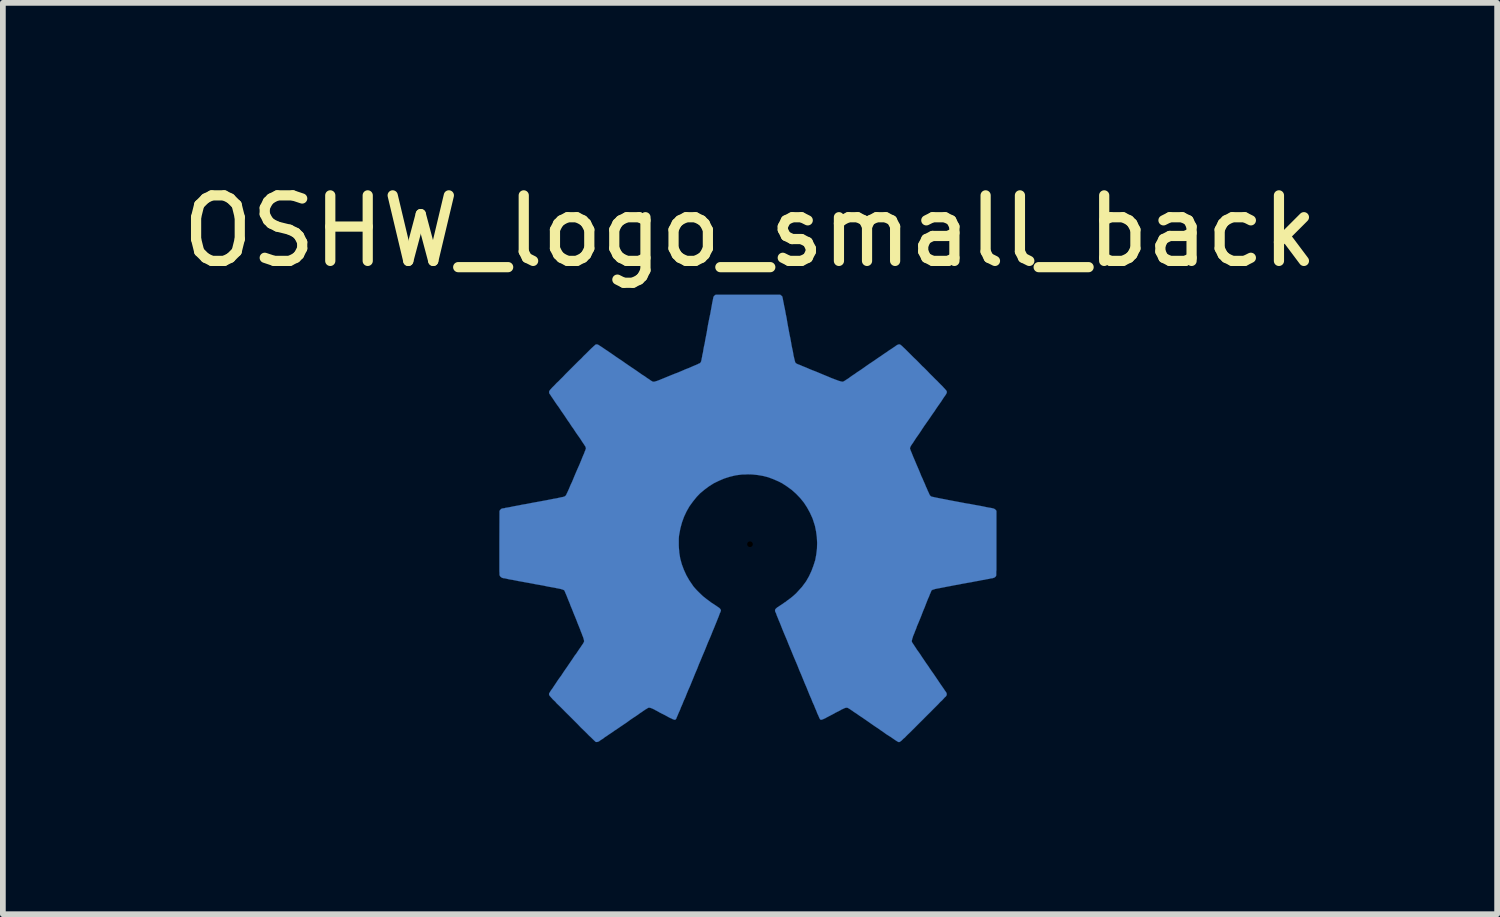
<source format=kicad_pcb>
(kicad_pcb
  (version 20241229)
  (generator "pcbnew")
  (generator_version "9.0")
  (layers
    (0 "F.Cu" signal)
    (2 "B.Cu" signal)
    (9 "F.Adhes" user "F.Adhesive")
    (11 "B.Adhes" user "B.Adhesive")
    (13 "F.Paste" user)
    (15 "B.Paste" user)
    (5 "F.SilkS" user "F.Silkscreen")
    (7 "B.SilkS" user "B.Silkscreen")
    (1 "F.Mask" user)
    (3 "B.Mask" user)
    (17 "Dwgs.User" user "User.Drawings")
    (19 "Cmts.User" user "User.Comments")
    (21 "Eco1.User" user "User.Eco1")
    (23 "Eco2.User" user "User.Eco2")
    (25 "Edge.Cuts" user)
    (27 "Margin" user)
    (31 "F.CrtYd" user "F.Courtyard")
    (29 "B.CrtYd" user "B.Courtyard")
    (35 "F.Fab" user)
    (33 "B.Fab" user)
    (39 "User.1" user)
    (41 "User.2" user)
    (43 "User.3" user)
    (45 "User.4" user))
  (footprint "OSHW_logo_small_back"
    (layer "F.Cu")
    (at 10.031 6.061)
    (property "Reference" "OSHW_logo_small_back" (at 0 -5.08 0) (layer "F.SilkS") (effects (font (size 1.143 1.143) (thickness 0.178))))
    (attr through_hole)
    (fp_poly (pts (xy 4.298 -0.201) (xy 4.298 0.358) (xy 4.298 0.445) (xy 4.298 0.523) (xy 4.298 0.592) (xy 4.298 0.653) (xy 4.298 0.706) (xy 4.298 0.754) (xy 4.298 0.795) (xy 4.298 0.831) (xy 4.295 0.859) (xy 4.295 0.881) (xy 4.295 0.899) (xy 4.295 0.914) (xy 4.293 0.925) (xy 4.293 0.93) (xy 4.293 0.932) (xy 4.28 0.95) (xy 4.262 0.963) (xy 4.242 0.97) (xy 4.234 0.973) (xy 4.219 0.975) (xy 4.196 0.978) (xy 4.166 0.986) (xy 4.13 0.991) (xy 4.087 1.001) (xy 4.039 1.008) (xy 3.988 1.019) (xy 3.929 1.029) (xy 3.871 1.041) (xy 3.807 1.052) (xy 3.741 1.064) (xy 3.711 1.069) (xy 3.632 1.085) (xy 3.561 1.097) (xy 3.498 1.11) (xy 3.442 1.12) (xy 3.393 1.13) (xy 3.35 1.138) (xy 3.312 1.146) (xy 3.282 1.151) (xy 3.256 1.156) (xy 3.233 1.161) (xy 3.216 1.166) (xy 3.203 1.171) (xy 3.19 1.173) (xy 3.183 1.176) (xy 3.178 1.181) (xy 3.172 1.184) (xy 3.167 1.186) (xy 3.165 1.191) (xy 3.162 1.194) (xy 3.162 1.196) (xy 3.16 1.201) (xy 3.155 1.214) (xy 3.145 1.237) (xy 3.134 1.262) (xy 3.122 1.295) (xy 3.104 1.333) (xy 3.086 1.379) (xy 3.068 1.425) (xy 3.048 1.478) (xy 3.025 1.532) (xy 3.002 1.59) (xy 2.99 1.623) (xy 2.962 1.692) (xy 2.936 1.755) (xy 2.913 1.808) (xy 2.896 1.857) (xy 2.878 1.9) (xy 2.865 1.935) (xy 2.852 1.966) (xy 2.842 1.991) (xy 2.837 2.012) (xy 2.83 2.029) (xy 2.827 2.045) (xy 2.824 2.055) (xy 2.822 2.065) (xy 2.822 2.073) (xy 2.822 2.078) (xy 2.824 2.083) (xy 2.827 2.088) (xy 2.827 2.093) (xy 2.83 2.098) (xy 2.84 2.111) (xy 2.852 2.129) (xy 2.868 2.154) (xy 2.888 2.184) (xy 2.911 2.22) (xy 2.939 2.258) (xy 2.969 2.301) (xy 3 2.349) (xy 3.035 2.4) (xy 3.071 2.454) (xy 3.109 2.507) (xy 3.127 2.535) (xy 3.165 2.591) (xy 3.203 2.644) (xy 3.239 2.697) (xy 3.272 2.746) (xy 3.302 2.791) (xy 3.33 2.832) (xy 3.355 2.868) (xy 3.378 2.901) (xy 3.396 2.929) (xy 3.411 2.949) (xy 3.421 2.964) (xy 3.426 2.972) (xy 3.426 2.974) (xy 3.432 2.992) (xy 3.429 3.012) (xy 3.426 3.02) (xy 3.424 3.025) (xy 3.414 3.038) (xy 3.396 3.053) (xy 3.376 3.076) (xy 3.35 3.104) (xy 3.317 3.134) (xy 3.282 3.172) (xy 3.241 3.213) (xy 3.198 3.256) (xy 3.15 3.305) (xy 3.099 3.355) (xy 3.045 3.409) (xy 3.023 3.432) (xy 2.964 3.49) (xy 2.911 3.543) (xy 2.863 3.592) (xy 2.822 3.632) (xy 2.784 3.67) (xy 2.751 3.701) (xy 2.723 3.729) (xy 2.7 3.754) (xy 2.677 3.772) (xy 2.659 3.79) (xy 2.647 3.802) (xy 2.634 3.813) (xy 2.624 3.82) (xy 2.616 3.825) (xy 2.609 3.83) (xy 2.603 3.83) (xy 2.598 3.833) (xy 2.593 3.83) (xy 2.588 3.83) (xy 2.586 3.828) (xy 2.583 3.828) (xy 2.578 3.825) (xy 2.565 3.818) (xy 2.545 3.805) (xy 2.522 3.79) (xy 2.492 3.769) (xy 2.456 3.744) (xy 2.416 3.719) (xy 2.372 3.691) (xy 2.327 3.658) (xy 2.278 3.625) (xy 2.228 3.589) (xy 2.189 3.564) (xy 2.118 3.515) (xy 2.057 3.472) (xy 2.002 3.434) (xy 1.951 3.399) (xy 1.908 3.371) (xy 1.869 3.343) (xy 1.834 3.32) (xy 1.806 3.302) (xy 1.783 3.284) (xy 1.763 3.272) (xy 1.745 3.259) (xy 1.732 3.251) (xy 1.72 3.244) (xy 1.712 3.239) (xy 1.704 3.236) (xy 1.699 3.233) (xy 1.697 3.233) (xy 1.694 3.233) (xy 1.692 3.233) (xy 1.687 3.233) (xy 1.684 3.233) (xy 1.681 3.233) (xy 1.676 3.233) (xy 1.669 3.233) (xy 1.664 3.236) (xy 1.654 3.239) (xy 1.646 3.241) (xy 1.631 3.249) (xy 1.615 3.256) (xy 1.593 3.266) (xy 1.567 3.282) (xy 1.537 3.297) (xy 1.496 3.317) (xy 1.46 3.338) (xy 1.412 3.363) (xy 1.374 3.383) (xy 1.339 3.401) (xy 1.313 3.416) (xy 1.29 3.426) (xy 1.273 3.434) (xy 1.257 3.439) (xy 1.247 3.442) (xy 1.24 3.442) (xy 1.232 3.442) (xy 1.227 3.437) (xy 1.222 3.434) (xy 1.219 3.429) (xy 1.217 3.424) (xy 1.209 3.411) (xy 1.201 3.391) (xy 1.189 3.363) (xy 1.173 3.33) (xy 1.158 3.289) (xy 1.138 3.244) (xy 1.118 3.193) (xy 1.092 3.137) (xy 1.069 3.078) (xy 1.041 3.015) (xy 1.013 2.946) (xy 0.986 2.878) (xy 0.955 2.807) (xy 0.925 2.733) (xy 0.894 2.657) (xy 0.861 2.581) (xy 0.831 2.504) (xy 0.798 2.426) (xy 0.765 2.349) (xy 0.734 2.273) (xy 0.704 2.2) (xy 0.673 2.126) (xy 0.645 2.055) (xy 0.617 1.989) (xy 0.589 1.923) (xy 0.564 1.862) (xy 0.541 1.803) (xy 0.521 1.753) (xy 0.5 1.704) (xy 0.483 1.661) (xy 0.467 1.623) (xy 0.457 1.593) (xy 0.447 1.57) (xy 0.439 1.554) (xy 0.437 1.544) (xy 0.437 1.532) (xy 0.439 1.521) (xy 0.447 1.509) (xy 0.457 1.499) (xy 0.475 1.483) (xy 0.5 1.468) (xy 0.521 1.453) (xy 0.544 1.438) (xy 0.569 1.422) (xy 0.589 1.407) (xy 0.607 1.394) (xy 0.615 1.392) (xy 0.63 1.379) (xy 0.648 1.364) (xy 0.671 1.349) (xy 0.693 1.331) (xy 0.699 1.328) (xy 0.752 1.285) (xy 0.805 1.237) (xy 0.856 1.181) (xy 0.907 1.125) (xy 0.95 1.067) (xy 0.978 1.029) (xy 1.029 0.94) (xy 1.072 0.848) (xy 1.107 0.754) (xy 1.138 0.658) (xy 1.156 0.559) (xy 1.168 0.46) (xy 1.171 0.358) (xy 1.166 0.259) (xy 1.153 0.16) (xy 1.133 0.061) (xy 1.102 -0.036) (xy 1.09 -0.071) (xy 1.046 -0.168) (xy 0.996 -0.259) (xy 0.94 -0.345) (xy 0.876 -0.424) (xy 0.805 -0.498) (xy 0.729 -0.566) (xy 0.645 -0.627) (xy 0.559 -0.683) (xy 0.498 -0.714) (xy 0.406 -0.754) (xy 0.318 -0.787) (xy 0.229 -0.81) (xy 0.135 -0.826) (xy 0.041 -0.836) (xy -0.036 -0.838) (xy -0.081 -0.836) (xy -0.122 -0.836) (xy -0.157 -0.833) (xy -0.193 -0.828) (xy -0.234 -0.823) (xy -0.262 -0.818) (xy -0.356 -0.795) (xy -0.45 -0.765) (xy -0.541 -0.726) (xy -0.63 -0.683) (xy -0.714 -0.63) (xy -0.792 -0.572) (xy -0.869 -0.508) (xy -0.93 -0.445) (xy -0.996 -0.363) (xy -1.057 -0.279) (xy -1.107 -0.191) (xy -1.151 -0.097) (xy -1.186 0) (xy -1.214 0.102) (xy -1.234 0.208) (xy -1.237 0.224) (xy -1.24 0.251) (xy -1.242 0.284) (xy -1.242 0.323) (xy -1.242 0.363) (xy -1.242 0.406) (xy -1.24 0.447) (xy -1.237 0.483) (xy -1.234 0.516) (xy -1.234 0.526) (xy -1.217 0.63) (xy -1.189 0.732) (xy -1.153 0.828) (xy -1.11 0.922) (xy -1.059 1.011) (xy -0.998 1.1) (xy -0.988 1.115) (xy -0.96 1.148) (xy -0.927 1.184) (xy -0.892 1.219) (xy -0.853 1.257) (xy -0.818 1.29) (xy -0.782 1.318) (xy -0.77 1.328) (xy -0.749 1.344) (xy -0.726 1.361) (xy -0.704 1.377) (xy -0.688 1.389) (xy -0.686 1.392) (xy -0.671 1.402) (xy -0.65 1.415) (xy -0.627 1.43) (xy -0.605 1.445) (xy -0.592 1.453) (xy -0.564 1.473) (xy -0.541 1.488) (xy -0.526 1.501) (xy -0.516 1.514) (xy -0.511 1.524) (xy -0.508 1.534) (xy -0.508 1.544) (xy -0.511 1.549) (xy -0.516 1.565) (xy -0.526 1.585) (xy -0.536 1.613) (xy -0.549 1.648) (xy -0.566 1.689) (xy -0.584 1.735) (xy -0.605 1.786) (xy -0.627 1.841) (xy -0.653 1.902) (xy -0.678 1.966) (xy -0.706 2.032) (xy -0.737 2.103) (xy -0.765 2.174) (xy -0.795 2.248) (xy -0.828 2.324) (xy -0.859 2.4) (xy -0.892 2.477) (xy -0.922 2.555) (xy -0.955 2.631) (xy -0.986 2.708) (xy -1.016 2.781) (xy -1.046 2.855) (xy -1.077 2.924) (xy -1.105 2.992) (xy -1.13 3.056) (xy -1.158 3.117) (xy -1.181 3.175) (xy -1.204 3.226) (xy -1.222 3.274) (xy -1.242 3.317) (xy -1.257 3.353) (xy -1.27 3.383) (xy -1.28 3.406) (xy -1.285 3.421) (xy -1.29 3.429) (xy -1.295 3.434) (xy -1.3 3.439) (xy -1.306 3.442) (xy -1.313 3.442) (xy -1.323 3.442) (xy -1.333 3.437) (xy -1.349 3.432) (xy -1.369 3.421) (xy -1.394 3.411) (xy -1.422 3.396) (xy -1.458 3.376) (xy -1.501 3.353) (xy -1.532 3.338) (xy -1.577 3.315) (xy -1.613 3.294) (xy -1.646 3.277) (xy -1.669 3.264) (xy -1.689 3.254) (xy -1.707 3.246) (xy -1.72 3.241) (xy -1.727 3.239) (xy -1.735 3.236) (xy -1.742 3.233) (xy -1.748 3.233) (xy -1.753 3.233) (xy -1.758 3.233) (xy -1.76 3.233) (xy -1.763 3.233) (xy -1.765 3.233) (xy -1.768 3.233) (xy -1.773 3.233) (xy -1.778 3.236) (xy -1.786 3.241) (xy -1.796 3.246) (xy -1.806 3.254) (xy -1.821 3.261) (xy -1.839 3.274) (xy -1.862 3.289) (xy -1.887 3.307) (xy -1.918 3.327) (xy -1.953 3.353) (xy -1.994 3.381) (xy -2.04 3.411) (xy -2.093 3.447) (xy -2.151 3.49) (xy -2.215 3.533) (xy -2.268 3.569) (xy -2.319 3.604) (xy -2.37 3.637) (xy -2.416 3.67) (xy -2.459 3.698) (xy -2.499 3.726) (xy -2.535 3.749) (xy -2.563 3.772) (xy -2.588 3.787) (xy -2.609 3.8) (xy -2.619 3.807) (xy -2.624 3.813) (xy -2.647 3.825) (xy -2.667 3.83) (xy -2.687 3.83) (xy -2.692 3.828) (xy -2.703 3.818) (xy -2.72 3.802) (xy -2.743 3.78) (xy -2.771 3.752) (xy -2.807 3.719) (xy -2.847 3.678) (xy -2.896 3.63) (xy -2.949 3.579) (xy -3.007 3.518) (xy -3.073 3.452) (xy -3.099 3.426) (xy -3.157 3.368) (xy -3.211 3.315) (xy -3.259 3.266) (xy -3.299 3.226) (xy -3.338 3.188) (xy -3.371 3.157) (xy -3.396 3.127) (xy -3.421 3.104) (xy -3.442 3.084) (xy -3.457 3.066) (xy -3.47 3.053) (xy -3.48 3.04) (xy -3.49 3.03) (xy -3.495 3.023) (xy -3.498 3.018) (xy -3.5 3.015) (xy -3.503 3.01) (xy -3.505 2.995) (xy -3.503 2.982) (xy -3.503 2.979) (xy -3.498 2.974) (xy -3.49 2.962) (xy -3.48 2.944) (xy -3.462 2.918) (xy -3.442 2.891) (xy -3.419 2.855) (xy -3.391 2.814) (xy -3.363 2.771) (xy -3.33 2.723) (xy -3.294 2.675) (xy -3.259 2.621) (xy -3.221 2.565) (xy -3.203 2.54) (xy -3.165 2.484) (xy -3.129 2.431) (xy -3.094 2.38) (xy -3.061 2.329) (xy -3.028 2.286) (xy -3 2.243) (xy -2.974 2.205) (xy -2.951 2.172) (xy -2.934 2.146) (xy -2.918 2.123) (xy -2.908 2.108) (xy -2.903 2.098) (xy -2.901 2.093) (xy -2.898 2.088) (xy -2.896 2.08) (xy -2.893 2.075) (xy -2.893 2.068) (xy -2.896 2.057) (xy -2.898 2.047) (xy -2.901 2.035) (xy -2.906 2.017) (xy -2.913 1.996) (xy -2.924 1.971) (xy -2.934 1.941) (xy -2.949 1.905) (xy -2.964 1.864) (xy -2.982 1.819) (xy -3.005 1.763) (xy -3.028 1.702) (xy -3.056 1.633) (xy -3.061 1.623) (xy -3.084 1.565) (xy -3.106 1.509) (xy -3.129 1.455) (xy -3.147 1.405) (xy -3.167 1.359) (xy -3.183 1.318) (xy -3.198 1.28) (xy -3.211 1.25) (xy -3.221 1.227) (xy -3.228 1.209) (xy -3.233 1.199) (xy -3.233 1.196) (xy -3.236 1.191) (xy -3.239 1.189) (xy -3.241 1.186) (xy -3.246 1.181) (xy -3.251 1.179) (xy -3.259 1.176) (xy -3.269 1.171) (xy -3.282 1.168) (xy -3.297 1.163) (xy -3.317 1.158) (xy -3.343 1.153) (xy -3.371 1.148) (xy -3.406 1.14) (xy -3.447 1.133) (xy -3.493 1.125) (xy -3.546 1.115) (xy -3.604 1.102) (xy -3.673 1.09) (xy -3.749 1.077) (xy -3.785 1.069) (xy -3.851 1.057) (xy -3.914 1.046) (xy -3.978 1.034) (xy -4.036 1.024) (xy -4.089 1.013) (xy -4.14 1.003) (xy -4.186 0.996) (xy -4.224 0.988) (xy -4.257 0.98) (xy -4.282 0.975) (xy -4.303 0.973) (xy -4.313 0.97) (xy -4.315 0.97) (xy -4.336 0.96) (xy -4.354 0.945) (xy -4.366 0.927) (xy -4.366 0.922) (xy -4.369 0.914) (xy -4.369 0.902) (xy -4.369 0.881) (xy -4.371 0.856) (xy -4.371 0.82) (xy -4.371 0.777) (xy -4.371 0.726) (xy -4.371 0.671) (xy -4.371 0.602) (xy -4.371 0.528) (xy -4.371 0.445) (xy -4.371 0.353) (xy -4.371 0.351) (xy -4.369 -0.201) (xy -4.356 -0.218) (xy -4.346 -0.229) (xy -4.336 -0.236) (xy -4.333 -0.239) (xy -4.326 -0.241) (xy -4.313 -0.244) (xy -4.29 -0.246) (xy -4.262 -0.254) (xy -4.227 -0.259) (xy -4.183 -0.267) (xy -4.138 -0.277) (xy -4.084 -0.287) (xy -4.028 -0.297) (xy -3.967 -0.31) (xy -3.904 -0.32) (xy -3.838 -0.333) (xy -3.787 -0.343) (xy -3.703 -0.358) (xy -3.622 -0.373) (xy -3.551 -0.386) (xy -3.485 -0.399) (xy -3.426 -0.411) (xy -3.376 -0.419) (xy -3.332 -0.429) (xy -3.297 -0.437) (xy -3.269 -0.442) (xy -3.251 -0.447) (xy -3.239 -0.45) (xy -3.223 -0.46) (xy -3.211 -0.472) (xy -3.208 -0.475) (xy -3.205 -0.483) (xy -3.198 -0.498) (xy -3.188 -0.518) (xy -3.175 -0.546) (xy -3.16 -0.579) (xy -3.145 -0.615) (xy -3.127 -0.658) (xy -3.106 -0.701) (xy -3.086 -0.749) (xy -3.066 -0.798) (xy -3.045 -0.848) (xy -3.023 -0.899) (xy -3.002 -0.947) (xy -2.979 -0.998) (xy -2.959 -1.046) (xy -2.941 -1.09) (xy -2.924 -1.133) (xy -2.908 -1.171) (xy -2.893 -1.204) (xy -2.883 -1.234) (xy -2.873 -1.255) (xy -2.868 -1.273) (xy -2.863 -1.28) (xy -2.863 -1.298) (xy -2.868 -1.313) (xy -2.868 -1.316) (xy -2.87 -1.321) (xy -2.878 -1.333) (xy -2.891 -1.354) (xy -2.908 -1.379) (xy -2.929 -1.41) (xy -2.951 -1.445) (xy -2.979 -1.486) (xy -3.01 -1.529) (xy -3.043 -1.577) (xy -3.076 -1.628) (xy -3.114 -1.681) (xy -3.152 -1.74) (xy -3.183 -1.783) (xy -3.221 -1.841) (xy -3.259 -1.897) (xy -3.297 -1.951) (xy -3.33 -2.002) (xy -3.363 -2.047) (xy -3.393 -2.09) (xy -3.419 -2.129) (xy -3.442 -2.164) (xy -3.462 -2.192) (xy -3.477 -2.217) (xy -3.49 -2.235) (xy -3.498 -2.245) (xy -3.5 -2.248) (xy -3.503 -2.263) (xy -3.503 -2.281) (xy -3.503 -2.286) (xy -3.5 -2.289) (xy -3.5 -2.291) (xy -3.498 -2.296) (xy -3.493 -2.301) (xy -3.487 -2.309) (xy -3.48 -2.319) (xy -3.47 -2.329) (xy -3.457 -2.344) (xy -3.442 -2.36) (xy -3.421 -2.38) (xy -3.399 -2.403) (xy -3.373 -2.431) (xy -3.34 -2.461) (xy -3.305 -2.497) (xy -3.264 -2.537) (xy -3.218 -2.586) (xy -3.167 -2.637) (xy -3.109 -2.695) (xy -3.101 -2.703) (xy -3.043 -2.761) (xy -2.99 -2.814) (xy -2.941 -2.86) (xy -2.901 -2.903) (xy -2.863 -2.939) (xy -2.83 -2.972) (xy -2.802 -3) (xy -2.779 -3.023) (xy -2.758 -3.043) (xy -2.741 -3.058) (xy -2.728 -3.071) (xy -2.715 -3.081) (xy -2.708 -3.089) (xy -2.7 -3.096) (xy -2.695 -3.099) (xy -2.69 -3.101) (xy -2.687 -3.104) (xy -2.685 -3.104) (xy -2.67 -3.104) (xy -2.654 -3.101) (xy -2.649 -3.099) (xy -2.637 -3.091) (xy -2.616 -3.078) (xy -2.593 -3.063) (xy -2.563 -3.043) (xy -2.527 -3.018) (xy -2.487 -2.992) (xy -2.443 -2.962) (xy -2.395 -2.929) (xy -2.344 -2.893) (xy -2.291 -2.857) (xy -2.233 -2.819) (xy -2.187 -2.786) (xy -2.129 -2.746) (xy -2.073 -2.708) (xy -2.019 -2.672) (xy -1.968 -2.637) (xy -1.92 -2.603) (xy -1.877 -2.573) (xy -1.836 -2.548) (xy -1.801 -2.522) (xy -1.77 -2.502) (xy -1.748 -2.487) (xy -1.73 -2.474) (xy -1.717 -2.466) (xy -1.712 -2.464) (xy -1.707 -2.459) (xy -1.702 -2.456) (xy -1.694 -2.456) (xy -1.689 -2.454) (xy -1.681 -2.454) (xy -1.671 -2.454) (xy -1.659 -2.456) (xy -1.643 -2.461) (xy -1.626 -2.466) (xy -1.603 -2.474) (xy -1.577 -2.484) (xy -1.547 -2.497) (xy -1.509 -2.512) (xy -1.466 -2.53) (xy -1.417 -2.55) (xy -1.361 -2.573) (xy -1.298 -2.598) (xy -1.262 -2.611) (xy -1.189 -2.642) (xy -1.125 -2.67) (xy -1.067 -2.692) (xy -1.019 -2.713) (xy -0.978 -2.731) (xy -0.942 -2.746) (xy -0.914 -2.758) (xy -0.894 -2.769) (xy -0.879 -2.774) (xy -0.871 -2.779) (xy -0.861 -2.791) (xy -0.853 -2.807) (xy -0.851 -2.809) (xy -0.851 -2.817) (xy -0.846 -2.832) (xy -0.843 -2.855) (xy -0.836 -2.885) (xy -0.831 -2.921) (xy -0.82 -2.964) (xy -0.813 -3.012) (xy -0.803 -3.066) (xy -0.79 -3.122) (xy -0.78 -3.183) (xy -0.767 -3.249) (xy -0.754 -3.315) (xy -0.744 -3.378) (xy -0.732 -3.447) (xy -0.719 -3.513) (xy -0.706 -3.576) (xy -0.693 -3.637) (xy -0.683 -3.693) (xy -0.673 -3.747) (xy -0.665 -3.792) (xy -0.658 -3.833) (xy -0.65 -3.868) (xy -0.645 -3.896) (xy -0.64 -3.919) (xy -0.638 -3.932) (xy -0.635 -3.937) (xy -0.627 -3.947) (xy -0.617 -3.957) (xy -0.615 -3.96) (xy -0.599 -3.97) (xy -0.036 -3.97) (xy 0.528 -3.97) (xy 0.544 -3.957) (xy 0.556 -3.947) (xy 0.564 -3.937) (xy 0.566 -3.934) (xy 0.566 -3.927) (xy 0.569 -3.914) (xy 0.574 -3.891) (xy 0.579 -3.861) (xy 0.587 -3.825) (xy 0.594 -3.785) (xy 0.605 -3.736) (xy 0.615 -3.683) (xy 0.625 -3.627) (xy 0.638 -3.566) (xy 0.648 -3.503) (xy 0.66 -3.434) (xy 0.673 -3.365) (xy 0.688 -3.284) (xy 0.704 -3.208) (xy 0.716 -3.142) (xy 0.726 -3.081) (xy 0.737 -3.03) (xy 0.747 -2.985) (xy 0.754 -2.944) (xy 0.759 -2.911) (xy 0.767 -2.88) (xy 0.772 -2.857) (xy 0.777 -2.837) (xy 0.78 -2.822) (xy 0.785 -2.807) (xy 0.787 -2.797) (xy 0.79 -2.789) (xy 0.795 -2.784) (xy 0.798 -2.781) (xy 0.8 -2.776) (xy 0.805 -2.774) (xy 0.808 -2.771) (xy 0.81 -2.771) (xy 0.815 -2.769) (xy 0.828 -2.761) (xy 0.848 -2.753) (xy 0.876 -2.743) (xy 0.909 -2.728) (xy 0.947 -2.713) (xy 0.991 -2.695) (xy 1.036 -2.675) (xy 1.087 -2.654) (xy 1.14 -2.634) (xy 1.196 -2.611) (xy 1.262 -2.583) (xy 1.323 -2.558) (xy 1.374 -2.537) (xy 1.42 -2.517) (xy 1.46 -2.502) (xy 1.494 -2.489) (xy 1.521 -2.479) (xy 1.547 -2.469) (xy 1.567 -2.464) (xy 1.582 -2.459) (xy 1.598 -2.456) (xy 1.608 -2.454) (xy 1.615 -2.454) (xy 1.623 -2.456) (xy 1.631 -2.456) (xy 1.636 -2.461) (xy 1.643 -2.464) (xy 1.648 -2.469) (xy 1.656 -2.471) (xy 1.669 -2.482) (xy 1.689 -2.494) (xy 1.717 -2.512) (xy 1.748 -2.535) (xy 1.783 -2.56) (xy 1.826 -2.588) (xy 1.869 -2.619) (xy 1.92 -2.652) (xy 1.971 -2.687) (xy 2.024 -2.725) (xy 2.08 -2.764) (xy 2.121 -2.791) (xy 2.179 -2.83) (xy 2.233 -2.868) (xy 2.286 -2.903) (xy 2.337 -2.939) (xy 2.383 -2.969) (xy 2.426 -3) (xy 2.466 -3.025) (xy 2.499 -3.048) (xy 2.527 -3.066) (xy 2.55 -3.084) (xy 2.568 -3.094) (xy 2.578 -3.099) (xy 2.583 -3.101) (xy 2.596 -3.104) (xy 2.611 -3.104) (xy 2.614 -3.104) (xy 2.616 -3.101) (xy 2.621 -3.101) (xy 2.626 -3.096) (xy 2.631 -3.091) (xy 2.642 -3.084) (xy 2.652 -3.076) (xy 2.664 -3.063) (xy 2.68 -3.048) (xy 2.7 -3.03) (xy 2.723 -3.007) (xy 2.748 -2.982) (xy 2.779 -2.951) (xy 2.814 -2.916) (xy 2.855 -2.875) (xy 2.901 -2.832) (xy 2.951 -2.781) (xy 3.007 -2.723) (xy 3.03 -2.703) (xy 3.089 -2.644) (xy 3.139 -2.591) (xy 3.188 -2.543) (xy 3.228 -2.502) (xy 3.266 -2.466) (xy 3.297 -2.433) (xy 3.325 -2.405) (xy 3.348 -2.383) (xy 3.368 -2.362) (xy 3.383 -2.344) (xy 3.396 -2.332) (xy 3.406 -2.319) (xy 3.414 -2.311) (xy 3.421 -2.304) (xy 3.424 -2.296) (xy 3.426 -2.294) (xy 3.429 -2.289) (xy 3.432 -2.286) (xy 3.432 -2.283) (xy 3.432 -2.281) (xy 3.432 -2.263) (xy 3.426 -2.248) (xy 3.424 -2.243) (xy 3.416 -2.23) (xy 3.404 -2.212) (xy 3.386 -2.187) (xy 3.365 -2.156) (xy 3.343 -2.121) (xy 3.315 -2.08) (xy 3.284 -2.037) (xy 3.251 -1.989) (xy 3.218 -1.938) (xy 3.18 -1.885) (xy 3.142 -1.829) (xy 3.114 -1.788) (xy 3.073 -1.73) (xy 3.035 -1.676) (xy 3 -1.623) (xy 2.967 -1.572) (xy 2.934 -1.524) (xy 2.903 -1.481) (xy 2.878 -1.443) (xy 2.855 -1.407) (xy 2.835 -1.377) (xy 2.819 -1.354) (xy 2.807 -1.336) (xy 2.802 -1.326) (xy 2.799 -1.321) (xy 2.791 -1.298) (xy 2.791 -1.283) (xy 2.794 -1.278) (xy 2.799 -1.262) (xy 2.807 -1.242) (xy 2.819 -1.214) (xy 2.832 -1.181) (xy 2.847 -1.143) (xy 2.865 -1.102) (xy 2.883 -1.059) (xy 2.903 -1.011) (xy 2.924 -0.963) (xy 2.946 -0.912) (xy 2.967 -0.861) (xy 2.987 -0.81) (xy 3.01 -0.762) (xy 3.03 -0.714) (xy 3.051 -0.668) (xy 3.068 -0.625) (xy 3.086 -0.587) (xy 3.099 -0.554) (xy 3.114 -0.523) (xy 3.124 -0.5) (xy 3.132 -0.485) (xy 3.134 -0.475) (xy 3.137 -0.475) (xy 3.147 -0.462) (xy 3.162 -0.452) (xy 3.165 -0.45) (xy 3.172 -0.447) (xy 3.19 -0.445) (xy 3.213 -0.439) (xy 3.246 -0.432) (xy 3.287 -0.424) (xy 3.335 -0.414) (xy 3.391 -0.404) (xy 3.454 -0.391) (xy 3.523 -0.378) (xy 3.602 -0.363) (xy 3.683 -0.348) (xy 3.708 -0.343) (xy 3.777 -0.33) (xy 3.843 -0.32) (xy 3.907 -0.307) (xy 3.965 -0.297) (xy 4.021 -0.287) (xy 4.072 -0.277) (xy 4.117 -0.267) (xy 4.158 -0.259) (xy 4.191 -0.254) (xy 4.219 -0.249) (xy 4.237 -0.244) (xy 4.249 -0.241) (xy 4.252 -0.241) (xy 4.27 -0.231) (xy 4.285 -0.218) (xy 4.298 -0.201)) (stroke (width 0.003) (type solid)) (fill yes) (layer "B.Cu"))
    (pad "" np_thru_hole circle (at 0 0.381) (size 0.099 0.099) (drill 0.762) (layers "B.Mask")))
  (gr_rect
    (start -3 -3)
    (end 23.062 12.895)
    (stroke (width 0.1) (type default))
    (fill no)
    (layer "Edge.Cuts")))
</source>
